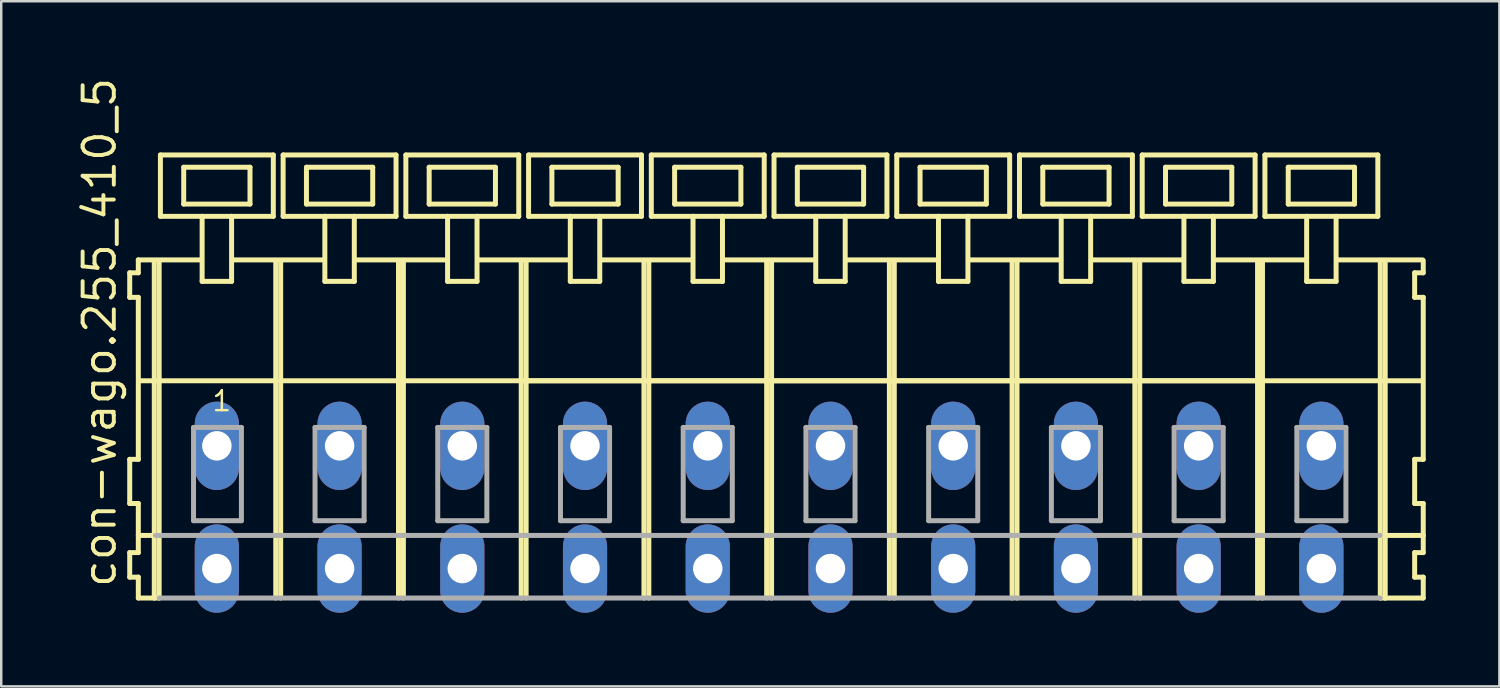
<source format=kicad_pcb>
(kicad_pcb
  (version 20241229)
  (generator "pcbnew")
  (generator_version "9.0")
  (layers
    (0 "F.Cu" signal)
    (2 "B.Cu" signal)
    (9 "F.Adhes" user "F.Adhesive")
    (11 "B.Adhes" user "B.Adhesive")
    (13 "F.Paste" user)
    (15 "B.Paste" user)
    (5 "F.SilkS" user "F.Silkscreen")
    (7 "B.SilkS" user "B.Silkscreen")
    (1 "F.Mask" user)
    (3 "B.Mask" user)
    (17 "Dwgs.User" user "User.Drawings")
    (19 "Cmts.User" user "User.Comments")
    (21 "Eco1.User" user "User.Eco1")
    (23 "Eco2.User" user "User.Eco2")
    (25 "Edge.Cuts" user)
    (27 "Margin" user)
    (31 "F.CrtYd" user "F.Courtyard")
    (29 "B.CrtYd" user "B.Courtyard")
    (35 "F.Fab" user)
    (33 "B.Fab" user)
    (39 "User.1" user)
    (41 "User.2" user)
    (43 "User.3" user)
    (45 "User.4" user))
  (footprint "con-wago.255_410_5"
    (layer "F.Cu")
    (at 28.285 15.114)
    (property "Reference" "con-wago.255_410_5" (at -26.535 5.855 90) (layer "F.SilkS") (effects (font (size 1.27 1.27) (thickness 0.16)) (justify left bottom)))
    (attr through_hole)
    (fp_line (start -26.05 -7.05) (end -26.05 -6.05) (stroke (width 0.203) (type default)) (layer "F.SilkS"))
    (fp_line (start -26.05 -6.05) (end -25.7 -6.05) (stroke (width 0.203) (type default)) (layer "F.SilkS"))
    (fp_line (start -26.05 0.55) (end -26.05 2.35) (stroke (width 0.203) (type default)) (layer "F.SilkS"))
    (fp_line (start -26.05 2.35) (end -25.7 2.35) (stroke (width 0.203) (type default)) (layer "F.SilkS"))
    (fp_line (start -26.05 4.35) (end -26.05 5.35) (stroke (width 0.203) (type default)) (layer "F.SilkS"))
    (fp_line (start -26.05 5.35) (end -25.7 5.35) (stroke (width 0.203) (type default)) (layer "F.SilkS"))
    (fp_line (start -25.7 -7.575) (end -25.7 -7.05) (stroke (width 0.203) (type default)) (layer "F.SilkS"))
    (fp_line (start -25.7 -7.575) (end -23.125 -7.575) (stroke (width 0.203) (type default)) (layer "F.SilkS"))
    (fp_line (start -25.7 -7.05) (end -26.05 -7.05) (stroke (width 0.203) (type default)) (layer "F.SilkS"))
    (fp_line (start -25.7 -6.05) (end -25.7 0.55) (stroke (width 0.203) (type default)) (layer "F.SilkS"))
    (fp_line (start -25.7 0.55) (end -26.05 0.55) (stroke (width 0.203) (type default)) (layer "F.SilkS"))
    (fp_line (start -25.7 2.35) (end -25.7 4.35) (stroke (width 0.203) (type default)) (layer "F.SilkS"))
    (fp_line (start -25.7 3.65) (end -25 3.65) (stroke (width 0.203) (type default)) (layer "F.SilkS"))
    (fp_line (start -25.7 4.35) (end -26.05 4.35) (stroke (width 0.203) (type default)) (layer "F.SilkS"))
    (fp_line (start -25.7 5.35) (end -25.7 6.2) (stroke (width 0.203) (type default)) (layer "F.SilkS"))
    (fp_line (start -25.7 6.2) (end -25.05 6.2) (stroke (width 0.203) (type default)) (layer "F.SilkS"))
    (fp_line (start -25.65 -2.65) (end -20.1 -2.65) (stroke (width 0.203) (type default)) (layer "F.SilkS"))
    (fp_line (start -25.05 -7.55) (end -25.05 6.2) (stroke (width 0.203) (type default)) (layer "F.SilkS"))
    (fp_line (start -25.05 6.2) (end -24.85 6.2) (stroke (width 0.203) (type default)) (layer "F.SilkS"))
    (fp_line (start -24.85 -7.55) (end -24.85 6.2) (stroke (width 0.203) (type default)) (layer "F.SilkS"))
    (fp_line (start -24.8 -11.85) (end -24.8 -9.35) (stroke (width 0.203) (type default)) (layer "F.SilkS"))
    (fp_line (start -24.8 -9.35) (end -23.1 -9.35) (stroke (width 0.203) (type default)) (layer "F.SilkS"))
    (fp_line (start -23.85 -11.35) (end -23.85 -9.85) (stroke (width 0.203) (type default)) (layer "F.SilkS"))
    (fp_line (start -23.85 -9.85) (end -21.15 -9.85) (stroke (width 0.203) (type default)) (layer "F.SilkS"))
    (fp_line (start -23.1 -9.35) (end -23.1 -6.7) (stroke (width 0.203) (type default)) (layer "F.SilkS"))
    (fp_line (start -23.1 -9.35) (end -21.9 -9.35) (stroke (width 0.203) (type default)) (layer "F.SilkS"))
    (fp_line (start -23.1 -6.7) (end -21.9 -6.7) (stroke (width 0.203) (type default)) (layer "F.SilkS"))
    (fp_line (start -21.9 -9.35) (end -20.2 -9.35) (stroke (width 0.203) (type default)) (layer "F.SilkS"))
    (fp_line (start -21.9 -6.7) (end -21.9 -9.35) (stroke (width 0.203) (type default)) (layer "F.SilkS"))
    (fp_line (start -21.825 -7.575) (end -18.125 -7.575) (stroke (width 0.203) (type default)) (layer "F.SilkS"))
    (fp_line (start -21.15 -11.35) (end -23.85 -11.35) (stroke (width 0.203) (type default)) (layer "F.SilkS"))
    (fp_line (start -21.15 -9.85) (end -21.15 -11.35) (stroke (width 0.203) (type default)) (layer "F.SilkS"))
    (fp_line (start -20.2 -11.85) (end -24.8 -11.85) (stroke (width 0.203) (type default)) (layer "F.SilkS"))
    (fp_line (start -20.2 -9.35) (end -20.2 -11.85) (stroke (width 0.203) (type default)) (layer "F.SilkS"))
    (fp_line (start -20.1 -7.55) (end -20.1 -2.65) (stroke (width 0.203) (type default)) (layer "F.SilkS"))
    (fp_line (start -20.1 -2.65) (end -20.1 6.2) (stroke (width 0.203) (type default)) (layer "F.SilkS"))
    (fp_line (start -19.9 -7.55) (end -19.9 -2.65) (stroke (width 0.203) (type default)) (layer "F.SilkS"))
    (fp_line (start -19.9 -2.65) (end -19.9 6.2) (stroke (width 0.203) (type default)) (layer "F.SilkS"))
    (fp_line (start -19.9 -2.65) (end -15.1 -2.65) (stroke (width 0.203) (type default)) (layer "F.SilkS"))
    (fp_line (start -19.8 -11.85) (end -19.8 -9.35) (stroke (width 0.203) (type default)) (layer "F.SilkS"))
    (fp_line (start -19.8 -9.35) (end -18.1 -9.35) (stroke (width 0.203) (type default)) (layer "F.SilkS"))
    (fp_line (start -18.85 -11.35) (end -18.85 -9.85) (stroke (width 0.203) (type default)) (layer "F.SilkS"))
    (fp_line (start -18.85 -9.85) (end -16.15 -9.85) (stroke (width 0.203) (type default)) (layer "F.SilkS"))
    (fp_line (start -18.1 -9.35) (end -18.1 -6.7) (stroke (width 0.203) (type default)) (layer "F.SilkS"))
    (fp_line (start -18.1 -9.35) (end -16.9 -9.35) (stroke (width 0.203) (type default)) (layer "F.SilkS"))
    (fp_line (start -18.1 -6.7) (end -16.9 -6.7) (stroke (width 0.203) (type default)) (layer "F.SilkS"))
    (fp_line (start -16.9 -9.35) (end -15.2 -9.35) (stroke (width 0.203) (type default)) (layer "F.SilkS"))
    (fp_line (start -16.9 -6.7) (end -16.9 -9.35) (stroke (width 0.203) (type default)) (layer "F.SilkS"))
    (fp_line (start -16.875 -7.575) (end -13.125 -7.575) (stroke (width 0.203) (type default)) (layer "F.SilkS"))
    (fp_line (start -16.15 -11.35) (end -18.85 -11.35) (stroke (width 0.203) (type default)) (layer "F.SilkS"))
    (fp_line (start -16.15 -9.85) (end -16.15 -11.35) (stroke (width 0.203) (type default)) (layer "F.SilkS"))
    (fp_line (start -15.2 -11.85) (end -19.8 -11.85) (stroke (width 0.203) (type default)) (layer "F.SilkS"))
    (fp_line (start -15.2 -9.35) (end -15.2 -11.85) (stroke (width 0.203) (type default)) (layer "F.SilkS"))
    (fp_line (start -15.1 -7.55) (end -15.1 -2.65) (stroke (width 0.203) (type default)) (layer "F.SilkS"))
    (fp_line (start -15.1 -2.65) (end -15.1 6.2) (stroke (width 0.203) (type default)) (layer "F.SilkS"))
    (fp_line (start -15.1 -2.65) (end -14.9 -2.65) (stroke (width 0.203) (type default)) (layer "F.SilkS"))
    (fp_line (start -14.9 -7.55) (end -14.9 -2.65) (stroke (width 0.203) (type default)) (layer "F.SilkS"))
    (fp_line (start -14.9 -2.65) (end -14.9 6.2) (stroke (width 0.203) (type default)) (layer "F.SilkS"))
    (fp_line (start -14.9 -2.65) (end -10.1 -2.65) (stroke (width 0.203) (type default)) (layer "F.SilkS"))
    (fp_line (start -14.8 -11.85) (end -14.8 -9.35) (stroke (width 0.203) (type default)) (layer "F.SilkS"))
    (fp_line (start -14.8 -9.35) (end -13.1 -9.35) (stroke (width 0.203) (type default)) (layer "F.SilkS"))
    (fp_line (start -13.85 -11.35) (end -13.85 -9.85) (stroke (width 0.203) (type default)) (layer "F.SilkS"))
    (fp_line (start -13.85 -9.85) (end -11.15 -9.85) (stroke (width 0.203) (type default)) (layer "F.SilkS"))
    (fp_line (start -13.1 -9.35) (end -13.1 -6.7) (stroke (width 0.203) (type default)) (layer "F.SilkS"))
    (fp_line (start -13.1 -9.35) (end -11.9 -9.35) (stroke (width 0.203) (type default)) (layer "F.SilkS"))
    (fp_line (start -13.1 -6.7) (end -11.9 -6.7) (stroke (width 0.203) (type default)) (layer "F.SilkS"))
    (fp_line (start -11.9 -9.35) (end -10.2 -9.35) (stroke (width 0.203) (type default)) (layer "F.SilkS"))
    (fp_line (start -11.9 -6.7) (end -11.9 -9.35) (stroke (width 0.203) (type default)) (layer "F.SilkS"))
    (fp_line (start -11.875 -7.575) (end -8.125 -7.575) (stroke (width 0.203) (type default)) (layer "F.SilkS"))
    (fp_line (start -11.15 -11.35) (end -13.85 -11.35) (stroke (width 0.203) (type default)) (layer "F.SilkS"))
    (fp_line (start -11.15 -9.85) (end -11.15 -11.35) (stroke (width 0.203) (type default)) (layer "F.SilkS"))
    (fp_line (start -10.2 -11.85) (end -14.8 -11.85) (stroke (width 0.203) (type default)) (layer "F.SilkS"))
    (fp_line (start -10.2 -9.35) (end -10.2 -11.85) (stroke (width 0.203) (type default)) (layer "F.SilkS"))
    (fp_line (start -10.1 -7.55) (end -10.1 -2.65) (stroke (width 0.203) (type default)) (layer "F.SilkS"))
    (fp_line (start -10.1 -2.65) (end -10.1 6.2) (stroke (width 0.203) (type default)) (layer "F.SilkS"))
    (fp_line (start -10.1 -2.65) (end -9.9 -2.65) (stroke (width 0.203) (type default)) (layer "F.SilkS"))
    (fp_line (start -10.1 -2.65) (end 24.9 -2.65) (stroke (width 0.203) (type default)) (layer "F.SilkS"))
    (fp_line (start -9.9 -7.55) (end -9.9 -2.65) (stroke (width 0.203) (type default)) (layer "F.SilkS"))
    (fp_line (start -9.9 -2.65) (end -9.9 6.2) (stroke (width 0.203) (type default)) (layer "F.SilkS"))
    (fp_line (start -9.9 -2.65) (end -5.1 -2.65) (stroke (width 0.203) (type default)) (layer "F.SilkS"))
    (fp_line (start -9.8 -11.85) (end -9.8 -9.35) (stroke (width 0.203) (type default)) (layer "F.SilkS"))
    (fp_line (start -9.8 -9.35) (end -8.1 -9.35) (stroke (width 0.203) (type default)) (layer "F.SilkS"))
    (fp_line (start -8.85 -11.35) (end -8.85 -9.85) (stroke (width 0.203) (type default)) (layer "F.SilkS"))
    (fp_line (start -8.85 -9.85) (end -6.15 -9.85) (stroke (width 0.203) (type default)) (layer "F.SilkS"))
    (fp_line (start -8.1 -9.35) (end -8.1 -6.7) (stroke (width 0.203) (type default)) (layer "F.SilkS"))
    (fp_line (start -8.1 -9.35) (end -6.9 -9.35) (stroke (width 0.203) (type default)) (layer "F.SilkS"))
    (fp_line (start -8.1 -6.7) (end -6.9 -6.7) (stroke (width 0.203) (type default)) (layer "F.SilkS"))
    (fp_line (start -6.9 -9.35) (end -5.2 -9.35) (stroke (width 0.203) (type default)) (layer "F.SilkS"))
    (fp_line (start -6.9 -6.7) (end -6.9 -9.35) (stroke (width 0.203) (type default)) (layer "F.SilkS"))
    (fp_line (start -6.875 -7.575) (end -3.125 -7.575) (stroke (width 0.203) (type default)) (layer "F.SilkS"))
    (fp_line (start -6.15 -11.35) (end -8.85 -11.35) (stroke (width 0.203) (type default)) (layer "F.SilkS"))
    (fp_line (start -6.15 -9.85) (end -6.15 -11.35) (stroke (width 0.203) (type default)) (layer "F.SilkS"))
    (fp_line (start -5.2 -11.85) (end -9.8 -11.85) (stroke (width 0.203) (type default)) (layer "F.SilkS"))
    (fp_line (start -5.2 -9.35) (end -5.2 -11.85) (stroke (width 0.203) (type default)) (layer "F.SilkS"))
    (fp_line (start -5.1 -7.55) (end -5.1 -2.65) (stroke (width 0.203) (type default)) (layer "F.SilkS"))
    (fp_line (start -5.1 -2.65) (end -5.1 6.2) (stroke (width 0.203) (type default)) (layer "F.SilkS"))
    (fp_line (start -5.1 -2.65) (end -4.9 -2.65) (stroke (width 0.203) (type default)) (layer "F.SilkS"))
    (fp_line (start -4.9 -7.55) (end -4.9 -2.65) (stroke (width 0.203) (type default)) (layer "F.SilkS"))
    (fp_line (start -4.9 -2.65) (end -4.9 6.2) (stroke (width 0.203) (type default)) (layer "F.SilkS"))
    (fp_line (start -4.9 -2.65) (end -0.1 -2.65) (stroke (width 0.203) (type default)) (layer "F.SilkS"))
    (fp_line (start -4.8 -11.85) (end -4.8 -9.35) (stroke (width 0.203) (type default)) (layer "F.SilkS"))
    (fp_line (start -4.8 -9.35) (end -3.1 -9.35) (stroke (width 0.203) (type default)) (layer "F.SilkS"))
    (fp_line (start -3.85 -11.35) (end -3.85 -9.85) (stroke (width 0.203) (type default)) (layer "F.SilkS"))
    (fp_line (start -3.85 -9.85) (end -1.15 -9.85) (stroke (width 0.203) (type default)) (layer "F.SilkS"))
    (fp_line (start -3.1 -9.35) (end -3.1 -6.7) (stroke (width 0.203) (type default)) (layer "F.SilkS"))
    (fp_line (start -3.1 -9.35) (end -1.9 -9.35) (stroke (width 0.203) (type default)) (layer "F.SilkS"))
    (fp_line (start -3.1 -6.7) (end -1.9 -6.7) (stroke (width 0.203) (type default)) (layer "F.SilkS"))
    (fp_line (start -1.9 -9.35) (end -0.2 -9.35) (stroke (width 0.203) (type default)) (layer "F.SilkS"))
    (fp_line (start -1.9 -6.7) (end -1.9 -9.35) (stroke (width 0.203) (type default)) (layer "F.SilkS"))
    (fp_line (start -1.875 -7.575) (end 1.875 -7.575) (stroke (width 0.203) (type default)) (layer "F.SilkS"))
    (fp_line (start -1.15 -11.35) (end -3.85 -11.35) (stroke (width 0.203) (type default)) (layer "F.SilkS"))
    (fp_line (start -1.15 -9.85) (end -1.15 -11.35) (stroke (width 0.203) (type default)) (layer "F.SilkS"))
    (fp_line (start -0.2 -11.85) (end -4.8 -11.85) (stroke (width 0.203) (type default)) (layer "F.SilkS"))
    (fp_line (start -0.2 -9.35) (end -0.2 -11.85) (stroke (width 0.203) (type default)) (layer "F.SilkS"))
    (fp_line (start -0.1 -7.55) (end -0.1 -2.65) (stroke (width 0.203) (type default)) (layer "F.SilkS"))
    (fp_line (start -0.1 -2.65) (end -0.1 6.2) (stroke (width 0.203) (type default)) (layer "F.SilkS"))
    (fp_line (start -0.1 -2.65) (end 0.1 -2.65) (stroke (width 0.203) (type default)) (layer "F.SilkS"))
    (fp_line (start 0.1 -7.55) (end 0.1 -2.65) (stroke (width 0.203) (type default)) (layer "F.SilkS"))
    (fp_line (start 0.1 -2.65) (end 0.1 6.2) (stroke (width 0.203) (type default)) (layer "F.SilkS"))
    (fp_line (start 0.1 -2.65) (end 4.9 -2.65) (stroke (width 0.203) (type default)) (layer "F.SilkS"))
    (fp_line (start 0.2 -11.85) (end 0.2 -9.35) (stroke (width 0.203) (type default)) (layer "F.SilkS"))
    (fp_line (start 0.2 -9.35) (end 1.9 -9.35) (stroke (width 0.203) (type default)) (layer "F.SilkS"))
    (fp_line (start 1.15 -11.35) (end 1.15 -9.85) (stroke (width 0.203) (type default)) (layer "F.SilkS"))
    (fp_line (start 1.15 -9.85) (end 3.85 -9.85) (stroke (width 0.203) (type default)) (layer "F.SilkS"))
    (fp_line (start 1.9 -9.35) (end 1.9 -6.7) (stroke (width 0.203) (type default)) (layer "F.SilkS"))
    (fp_line (start 1.9 -9.35) (end 3.1 -9.35) (stroke (width 0.203) (type default)) (layer "F.SilkS"))
    (fp_line (start 1.9 -6.7) (end 3.1 -6.7) (stroke (width 0.203) (type default)) (layer "F.SilkS"))
    (fp_line (start 3.1 -9.35) (end 4.8 -9.35) (stroke (width 0.203) (type default)) (layer "F.SilkS"))
    (fp_line (start 3.1 -6.7) (end 3.1 -9.35) (stroke (width 0.203) (type default)) (layer "F.SilkS"))
    (fp_line (start 3.125 -7.575) (end 6.875 -7.575) (stroke (width 0.203) (type default)) (layer "F.SilkS"))
    (fp_line (start 3.85 -11.35) (end 1.15 -11.35) (stroke (width 0.203) (type default)) (layer "F.SilkS"))
    (fp_line (start 3.85 -9.85) (end 3.85 -11.35) (stroke (width 0.203) (type default)) (layer "F.SilkS"))
    (fp_line (start 4.8 -11.85) (end 0.2 -11.85) (stroke (width 0.203) (type default)) (layer "F.SilkS"))
    (fp_line (start 4.8 -9.35) (end 4.8 -11.85) (stroke (width 0.203) (type default)) (layer "F.SilkS"))
    (fp_line (start 4.9 -7.55) (end 4.9 -2.65) (stroke (width 0.203) (type default)) (layer "F.SilkS"))
    (fp_line (start 4.9 -2.65) (end 4.9 6.2) (stroke (width 0.203) (type default)) (layer "F.SilkS"))
    (fp_line (start 4.9 -2.65) (end 5.1 -2.65) (stroke (width 0.203) (type default)) (layer "F.SilkS"))
    (fp_line (start 5.1 -7.55) (end 5.1 -2.65) (stroke (width 0.203) (type default)) (layer "F.SilkS"))
    (fp_line (start 5.1 -2.65) (end 5.1 6.2) (stroke (width 0.203) (type default)) (layer "F.SilkS"))
    (fp_line (start 5.1 -2.65) (end 9.9 -2.65) (stroke (width 0.203) (type default)) (layer "F.SilkS"))
    (fp_line (start 5.2 -11.85) (end 5.2 -9.35) (stroke (width 0.203) (type default)) (layer "F.SilkS"))
    (fp_line (start 5.2 -9.35) (end 6.9 -9.35) (stroke (width 0.203) (type default)) (layer "F.SilkS"))
    (fp_line (start 6.15 -11.35) (end 6.15 -9.85) (stroke (width 0.203) (type default)) (layer "F.SilkS"))
    (fp_line (start 6.15 -9.85) (end 8.85 -9.85) (stroke (width 0.203) (type default)) (layer "F.SilkS"))
    (fp_line (start 6.9 -9.35) (end 6.9 -6.7) (stroke (width 0.203) (type default)) (layer "F.SilkS"))
    (fp_line (start 6.9 -9.35) (end 8.1 -9.35) (stroke (width 0.203) (type default)) (layer "F.SilkS"))
    (fp_line (start 6.9 -6.7) (end 8.1 -6.7) (stroke (width 0.203) (type default)) (layer "F.SilkS"))
    (fp_line (start 8.1 -9.35) (end 9.8 -9.35) (stroke (width 0.203) (type default)) (layer "F.SilkS"))
    (fp_line (start 8.1 -6.7) (end 8.1 -9.35) (stroke (width 0.203) (type default)) (layer "F.SilkS"))
    (fp_line (start 8.125 -7.575) (end 11.875 -7.575) (stroke (width 0.203) (type default)) (layer "F.SilkS"))
    (fp_line (start 8.85 -11.35) (end 6.15 -11.35) (stroke (width 0.203) (type default)) (layer "F.SilkS"))
    (fp_line (start 8.85 -9.85) (end 8.85 -11.35) (stroke (width 0.203) (type default)) (layer "F.SilkS"))
    (fp_line (start 9.8 -11.85) (end 5.2 -11.85) (stroke (width 0.203) (type default)) (layer "F.SilkS"))
    (fp_line (start 9.8 -9.35) (end 9.8 -11.85) (stroke (width 0.203) (type default)) (layer "F.SilkS"))
    (fp_line (start 9.9 -7.55) (end 9.9 -2.65) (stroke (width 0.203) (type default)) (layer "F.SilkS"))
    (fp_line (start 9.9 -2.65) (end 9.9 6.2) (stroke (width 0.203) (type default)) (layer "F.SilkS"))
    (fp_line (start 9.9 -2.65) (end 10.1 -2.65) (stroke (width 0.203) (type default)) (layer "F.SilkS"))
    (fp_line (start 10.1 -7.55) (end 10.1 -2.65) (stroke (width 0.203) (type default)) (layer "F.SilkS"))
    (fp_line (start 10.1 -2.65) (end 10.1 6.2) (stroke (width 0.203) (type default)) (layer "F.SilkS"))
    (fp_line (start 10.1 -2.65) (end 14.9 -2.65) (stroke (width 0.203) (type default)) (layer "F.SilkS"))
    (fp_line (start 10.2 -11.85) (end 10.2 -9.35) (stroke (width 0.203) (type default)) (layer "F.SilkS"))
    (fp_line (start 10.2 -9.35) (end 11.9 -9.35) (stroke (width 0.203) (type default)) (layer "F.SilkS"))
    (fp_line (start 11.15 -11.35) (end 11.15 -9.85) (stroke (width 0.203) (type default)) (layer "F.SilkS"))
    (fp_line (start 11.15 -9.85) (end 13.85 -9.85) (stroke (width 0.203) (type default)) (layer "F.SilkS"))
    (fp_line (start 11.9 -9.35) (end 11.9 -6.7) (stroke (width 0.203) (type default)) (layer "F.SilkS"))
    (fp_line (start 11.9 -9.35) (end 13.1 -9.35) (stroke (width 0.203) (type default)) (layer "F.SilkS"))
    (fp_line (start 11.9 -6.7) (end 13.1 -6.7) (stroke (width 0.203) (type default)) (layer "F.SilkS"))
    (fp_line (start 13.1 -9.35) (end 14.8 -9.35) (stroke (width 0.203) (type default)) (layer "F.SilkS"))
    (fp_line (start 13.1 -6.7) (end 13.1 -9.35) (stroke (width 0.203) (type default)) (layer "F.SilkS"))
    (fp_line (start 13.125 -7.575) (end 16.875 -7.575) (stroke (width 0.203) (type default)) (layer "F.SilkS"))
    (fp_line (start 13.85 -11.35) (end 11.15 -11.35) (stroke (width 0.203) (type default)) (layer "F.SilkS"))
    (fp_line (start 13.85 -9.85) (end 13.85 -11.35) (stroke (width 0.203) (type default)) (layer "F.SilkS"))
    (fp_line (start 14.8 -11.85) (end 10.2 -11.85) (stroke (width 0.203) (type default)) (layer "F.SilkS"))
    (fp_line (start 14.8 -9.35) (end 14.8 -11.85) (stroke (width 0.203) (type default)) (layer "F.SilkS"))
    (fp_line (start 14.9 -7.55) (end 14.9 -2.65) (stroke (width 0.203) (type default)) (layer "F.SilkS"))
    (fp_line (start 14.9 -2.65) (end 14.9 6.2) (stroke (width 0.203) (type default)) (layer "F.SilkS"))
    (fp_line (start 14.9 -2.65) (end 15.1 -2.65) (stroke (width 0.203) (type default)) (layer "F.SilkS"))
    (fp_line (start 15.1 -7.55) (end 15.1 -2.65) (stroke (width 0.203) (type default)) (layer "F.SilkS"))
    (fp_line (start 15.1 -2.65) (end 15.1 6.2) (stroke (width 0.203) (type default)) (layer "F.SilkS"))
    (fp_line (start 15.1 -2.65) (end 19.9 -2.65) (stroke (width 0.203) (type default)) (layer "F.SilkS"))
    (fp_line (start 15.2 -11.85) (end 15.2 -9.35) (stroke (width 0.203) (type default)) (layer "F.SilkS"))
    (fp_line (start 15.2 -9.35) (end 16.9 -9.35) (stroke (width 0.203) (type default)) (layer "F.SilkS"))
    (fp_line (start 16.15 -11.35) (end 16.15 -9.85) (stroke (width 0.203) (type default)) (layer "F.SilkS"))
    (fp_line (start 16.15 -9.85) (end 18.85 -9.85) (stroke (width 0.203) (type default)) (layer "F.SilkS"))
    (fp_line (start 16.9 -9.35) (end 16.9 -6.7) (stroke (width 0.203) (type default)) (layer "F.SilkS"))
    (fp_line (start 16.9 -9.35) (end 18.1 -9.35) (stroke (width 0.203) (type default)) (layer "F.SilkS"))
    (fp_line (start 16.9 -6.7) (end 18.1 -6.7) (stroke (width 0.203) (type default)) (layer "F.SilkS"))
    (fp_line (start 18.1 -9.35) (end 19.8 -9.35) (stroke (width 0.203) (type default)) (layer "F.SilkS"))
    (fp_line (start 18.1 -6.7) (end 18.1 -9.35) (stroke (width 0.203) (type default)) (layer "F.SilkS"))
    (fp_line (start 18.125 -7.575) (end 21.875 -7.575) (stroke (width 0.203) (type default)) (layer "F.SilkS"))
    (fp_line (start 18.85 -11.35) (end 16.15 -11.35) (stroke (width 0.203) (type default)) (layer "F.SilkS"))
    (fp_line (start 18.85 -9.85) (end 18.85 -11.35) (stroke (width 0.203) (type default)) (layer "F.SilkS"))
    (fp_line (start 19.8 -11.85) (end 15.2 -11.85) (stroke (width 0.203) (type default)) (layer "F.SilkS"))
    (fp_line (start 19.8 -9.35) (end 19.8 -11.85) (stroke (width 0.203) (type default)) (layer "F.SilkS"))
    (fp_line (start 19.9 -7.55) (end 19.9 -2.65) (stroke (width 0.203) (type default)) (layer "F.SilkS"))
    (fp_line (start 19.9 -2.65) (end 19.9 6.2) (stroke (width 0.203) (type default)) (layer "F.SilkS"))
    (fp_line (start 19.9 -2.65) (end 20.1 -2.65) (stroke (width 0.203) (type default)) (layer "F.SilkS"))
    (fp_line (start 20.1 -7.55) (end 20.1 -2.65) (stroke (width 0.203) (type default)) (layer "F.SilkS"))
    (fp_line (start 20.1 -2.65) (end 20.1 6.2) (stroke (width 0.203) (type default)) (layer "F.SilkS"))
    (fp_line (start 20.2 -11.85) (end 20.2 -9.35) (stroke (width 0.203) (type default)) (layer "F.SilkS"))
    (fp_line (start 20.2 -9.35) (end 21.9 -9.35) (stroke (width 0.203) (type default)) (layer "F.SilkS"))
    (fp_line (start 21.15 -11.35) (end 21.15 -9.85) (stroke (width 0.203) (type default)) (layer "F.SilkS"))
    (fp_line (start 21.15 -9.85) (end 23.85 -9.85) (stroke (width 0.203) (type default)) (layer "F.SilkS"))
    (fp_line (start 21.9 -9.35) (end 21.9 -6.7) (stroke (width 0.203) (type default)) (layer "F.SilkS"))
    (fp_line (start 21.9 -9.35) (end 23.1 -9.35) (stroke (width 0.203) (type default)) (layer "F.SilkS"))
    (fp_line (start 21.9 -6.7) (end 23.1 -6.7) (stroke (width 0.203) (type default)) (layer "F.SilkS"))
    (fp_line (start 23.1 -9.35) (end 24.8 -9.35) (stroke (width 0.203) (type default)) (layer "F.SilkS"))
    (fp_line (start 23.1 -6.7) (end 23.1 -9.35) (stroke (width 0.203) (type default)) (layer "F.SilkS"))
    (fp_line (start 23.125 -7.575) (end 26.625 -7.575) (stroke (width 0.203) (type default)) (layer "F.SilkS"))
    (fp_line (start 23.85 -11.35) (end 21.15 -11.35) (stroke (width 0.203) (type default)) (layer "F.SilkS"))
    (fp_line (start 23.85 -9.85) (end 23.85 -11.35) (stroke (width 0.203) (type default)) (layer "F.SilkS"))
    (fp_line (start 24.8 -11.85) (end 20.2 -11.85) (stroke (width 0.203) (type default)) (layer "F.SilkS"))
    (fp_line (start 24.8 -9.35) (end 24.8 -11.85) (stroke (width 0.203) (type default)) (layer "F.SilkS"))
    (fp_line (start 24.9 -7.55) (end 24.9 -2.65) (stroke (width 0.203) (type default)) (layer "F.SilkS"))
    (fp_line (start 24.9 -2.65) (end 24.9 6.2) (stroke (width 0.203) (type default)) (layer "F.SilkS"))
    (fp_line (start 24.9 -2.65) (end 25.1 -2.65) (stroke (width 0.203) (type default)) (layer "F.SilkS"))
    (fp_line (start 24.9 6.2) (end 25.1 6.2) (stroke (width 0.203) (type default)) (layer "F.SilkS"))
    (fp_line (start 24.95 3.65) (end 26.65 3.65) (stroke (width 0.203) (type default)) (layer "F.SilkS"))
    (fp_line (start 25.1 -7.55) (end 25.1 -2.65) (stroke (width 0.203) (type default)) (layer "F.SilkS"))
    (fp_line (start 25.1 -2.65) (end 25.1 6.2) (stroke (width 0.203) (type default)) (layer "F.SilkS"))
    (fp_line (start 25.1 -2.65) (end 26.6 -2.65) (stroke (width 0.203) (type default)) (layer "F.SilkS"))
    (fp_line (start 25.1 6.2) (end 26.65 6.2) (stroke (width 0.203) (type default)) (layer "F.SilkS"))
    (fp_line (start 26.3 -7.05) (end 26.3 -6.05) (stroke (width 0.203) (type default)) (layer "F.SilkS"))
    (fp_line (start 26.3 -6.05) (end 26.65 -6.05) (stroke (width 0.203) (type default)) (layer "F.SilkS"))
    (fp_line (start 26.3 0.55) (end 26.3 2.35) (stroke (width 0.203) (type default)) (layer "F.SilkS"))
    (fp_line (start 26.3 2.35) (end 26.65 2.35) (stroke (width 0.203) (type default)) (layer "F.SilkS"))
    (fp_line (start 26.3 4.35) (end 26.3 5.35) (stroke (width 0.203) (type default)) (layer "F.SilkS"))
    (fp_line (start 26.3 5.35) (end 26.65 5.35) (stroke (width 0.203) (type default)) (layer "F.SilkS"))
    (fp_line (start 26.65 -7.05) (end 26.3 -7.05) (stroke (width 0.203) (type default)) (layer "F.SilkS"))
    (fp_line (start 26.65 -7.05) (end 26.65 -7.55) (stroke (width 0.203) (type default)) (layer "F.SilkS"))
    (fp_line (start 26.65 0.55) (end 26.3 0.55) (stroke (width 0.203) (type default)) (layer "F.SilkS"))
    (fp_line (start 26.65 0.55) (end 26.65 -6.05) (stroke (width 0.203) (type default)) (layer "F.SilkS"))
    (fp_line (start 26.65 3.65) (end 26.65 2.35) (stroke (width 0.203) (type default)) (layer "F.SilkS"))
    (fp_line (start 26.65 4.35) (end 26.3 4.35) (stroke (width 0.203) (type default)) (layer "F.SilkS"))
    (fp_line (start 26.65 4.35) (end 26.65 3.65) (stroke (width 0.203) (type default)) (layer "F.SilkS"))
    (fp_line (start 26.65 6.2) (end 26.65 5.35) (stroke (width 0.203) (type default)) (layer "F.SilkS"))
    (fp_line (start -25 3.65) (end 24.9 3.65) (stroke (width 0.203) (type default)) (layer "F.Fab"))
    (fp_line (start -24.85 6.2) (end 24.9 6.2) (stroke (width 0.203) (type default)) (layer "F.Fab"))
    (fp_line (start -23.45 -0.75) (end -23.45 3.05) (stroke (width 0.203) (type default)) (layer "F.Fab"))
    (fp_line (start -23.45 3.05) (end -21.5 3.05) (stroke (width 0.203) (type default)) (layer "F.Fab"))
    (fp_line (start -21.5 -0.75) (end -23.45 -0.75) (stroke (width 0.203) (type default)) (layer "F.Fab"))
    (fp_line (start -21.5 3.05) (end -21.5 -0.75) (stroke (width 0.203) (type default)) (layer "F.Fab"))
    (fp_line (start -18.5 -0.75) (end -18.5 3.05) (stroke (width 0.203) (type default)) (layer "F.Fab"))
    (fp_line (start -18.5 3.05) (end -16.5 3.05) (stroke (width 0.203) (type default)) (layer "F.Fab"))
    (fp_line (start -16.5 -0.75) (end -18.5 -0.75) (stroke (width 0.203) (type default)) (layer "F.Fab"))
    (fp_line (start -16.5 3.05) (end -16.5 -0.75) (stroke (width 0.203) (type default)) (layer "F.Fab"))
    (fp_line (start -13.5 -0.75) (end -13.5 3.05) (stroke (width 0.203) (type default)) (layer "F.Fab"))
    (fp_line (start -13.5 3.05) (end -11.5 3.05) (stroke (width 0.203) (type default)) (layer "F.Fab"))
    (fp_line (start -11.5 -0.75) (end -13.5 -0.75) (stroke (width 0.203) (type default)) (layer "F.Fab"))
    (fp_line (start -11.5 3.05) (end -11.5 -0.75) (stroke (width 0.203) (type default)) (layer "F.Fab"))
    (fp_line (start -8.5 -0.75) (end -8.5 3.05) (stroke (width 0.203) (type default)) (layer "F.Fab"))
    (fp_line (start -8.5 3.05) (end -6.5 3.05) (stroke (width 0.203) (type default)) (layer "F.Fab"))
    (fp_line (start -6.5 -0.75) (end -8.5 -0.75) (stroke (width 0.203) (type default)) (layer "F.Fab"))
    (fp_line (start -6.5 3.05) (end -6.5 -0.75) (stroke (width 0.203) (type default)) (layer "F.Fab"))
    (fp_line (start -3.5 -0.75) (end -3.5 3.05) (stroke (width 0.203) (type default)) (layer "F.Fab"))
    (fp_line (start -3.5 3.05) (end -1.5 3.05) (stroke (width 0.203) (type default)) (layer "F.Fab"))
    (fp_line (start -1.5 -0.75) (end -3.5 -0.75) (stroke (width 0.203) (type default)) (layer "F.Fab"))
    (fp_line (start -1.5 3.05) (end -1.5 -0.75) (stroke (width 0.203) (type default)) (layer "F.Fab"))
    (fp_line (start 1.5 -0.75) (end 1.5 3.05) (stroke (width 0.203) (type default)) (layer "F.Fab"))
    (fp_line (start 1.5 3.05) (end 3.5 3.05) (stroke (width 0.203) (type default)) (layer "F.Fab"))
    (fp_line (start 3.5 -0.75) (end 1.5 -0.75) (stroke (width 0.203) (type default)) (layer "F.Fab"))
    (fp_line (start 3.5 3.05) (end 3.5 -0.75) (stroke (width 0.203) (type default)) (layer "F.Fab"))
    (fp_line (start 6.5 -0.75) (end 6.5 3.05) (stroke (width 0.203) (type default)) (layer "F.Fab"))
    (fp_line (start 6.5 3.05) (end 8.5 3.05) (stroke (width 0.203) (type default)) (layer "F.Fab"))
    (fp_line (start 8.5 -0.75) (end 6.5 -0.75) (stroke (width 0.203) (type default)) (layer "F.Fab"))
    (fp_line (start 8.5 3.05) (end 8.5 -0.75) (stroke (width 0.203) (type default)) (layer "F.Fab"))
    (fp_line (start 11.5 -0.75) (end 11.5 3.05) (stroke (width 0.203) (type default)) (layer "F.Fab"))
    (fp_line (start 11.5 3.05) (end 13.5 3.05) (stroke (width 0.203) (type default)) (layer "F.Fab"))
    (fp_line (start 13.5 -0.75) (end 11.5 -0.75) (stroke (width 0.203) (type default)) (layer "F.Fab"))
    (fp_line (start 13.5 3.05) (end 13.5 -0.75) (stroke (width 0.203) (type default)) (layer "F.Fab"))
    (fp_line (start 16.5 -0.75) (end 16.5 3.05) (stroke (width 0.203) (type default)) (layer "F.Fab"))
    (fp_line (start 16.5 3.05) (end 18.5 3.05) (stroke (width 0.203) (type default)) (layer "F.Fab"))
    (fp_line (start 18.5 -0.75) (end 16.5 -0.75) (stroke (width 0.203) (type default)) (layer "F.Fab"))
    (fp_line (start 18.5 3.05) (end 18.5 -0.75) (stroke (width 0.203) (type default)) (layer "F.Fab"))
    (fp_line (start 21.5 -0.75) (end 21.5 3.05) (stroke (width 0.203) (type default)) (layer "F.Fab"))
    (fp_line (start 21.5 3.05) (end 23.5 3.05) (stroke (width 0.203) (type default)) (layer "F.Fab"))
    (fp_line (start 23.5 -0.75) (end 21.5 -0.75) (stroke (width 0.203) (type default)) (layer "F.Fab"))
    (fp_line (start 23.5 3.05) (end 23.5 -0.75) (stroke (width 0.203) (type default)) (layer "F.Fab"))
    (fp_text user "1" (at -22.75 -1.35 0) (layer "F.SilkS") (effects (font (size 0.813 0.813) (thickness 0.1)) (justify left bottom)))
    (pad "A1" thru_hole oval (at -22.5 0 90) (size 3.6 1.8) (drill 1.2) (layers "*.Cu" "*.Mask"))
    (pad "A2" thru_hole oval (at -17.5 0 90) (size 3.6 1.8) (drill 1.2) (layers "*.Cu" "*.Mask"))
    (pad "A3" thru_hole oval (at -12.5 0 90) (size 3.6 1.8) (drill 1.2) (layers "*.Cu" "*.Mask"))
    (pad "A4" thru_hole oval (at -7.5 0 90) (size 3.6 1.8) (drill 1.2) (layers "*.Cu" "*.Mask"))
    (pad "A5" thru_hole oval (at -2.5 0 90) (size 3.6 1.8) (drill 1.2) (layers "*.Cu" "*.Mask"))
    (pad "A6" thru_hole oval (at 2.5 0 90) (size 3.6 1.8) (drill 1.2) (layers "*.Cu" "*.Mask"))
    (pad "A7" thru_hole oval (at 7.5 0 90) (size 3.6 1.8) (drill 1.2) (layers "*.Cu" "*.Mask"))
    (pad "A8" thru_hole oval (at 12.5 0 90) (size 3.6 1.8) (drill 1.2) (layers "*.Cu" "*.Mask"))
    (pad "A9" thru_hole oval (at 17.5 0 90) (size 3.6 1.8) (drill 1.2) (layers "*.Cu" "*.Mask"))
    (pad "A10" thru_hole oval (at 22.5 0 90) (size 3.6 1.8) (drill 1.2) (layers "*.Cu" "*.Mask"))
    (pad "B1" thru_hole oval (at -22.5 5 90) (size 3.6 1.8) (drill 1.2) (layers "*.Cu" "*.Mask"))
    (pad "B2" thru_hole oval (at -17.5 5 90) (size 3.6 1.8) (drill 1.2) (layers "*.Cu" "*.Mask"))
    (pad "B3" thru_hole oval (at -12.5 5 90) (size 3.6 1.8) (drill 1.2) (layers "*.Cu" "*.Mask"))
    (pad "B4" thru_hole oval (at -7.5 5 90) (size 3.6 1.8) (drill 1.2) (layers "*.Cu" "*.Mask"))
    (pad "B5" thru_hole oval (at -2.5 5 90) (size 3.6 1.8) (drill 1.2) (layers "*.Cu" "*.Mask"))
    (pad "B6" thru_hole oval (at 2.5 5 90) (size 3.6 1.8) (drill 1.2) (layers "*.Cu" "*.Mask"))
    (pad "B7" thru_hole oval (at 7.5 5 90) (size 3.6 1.8) (drill 1.2) (layers "*.Cu" "*.Mask"))
    (pad "B8" thru_hole oval (at 12.5 5 90) (size 3.6 1.8) (drill 1.2) (layers "*.Cu" "*.Mask"))
    (pad "B9" thru_hole oval (at 17.5 5 90) (size 3.6 1.8) (drill 1.2) (layers "*.Cu" "*.Mask"))
    (pad "B10" thru_hole oval (at 22.5 5 90) (size 3.6 1.8) (drill 1.2) (layers "*.Cu" "*.Mask")))
  (gr_rect
    (start -3 -3)
    (end 58.037 24.914)
    (stroke (width 0.1) (type default))
    (fill no)
    (layer "Edge.Cuts")))
</source>
